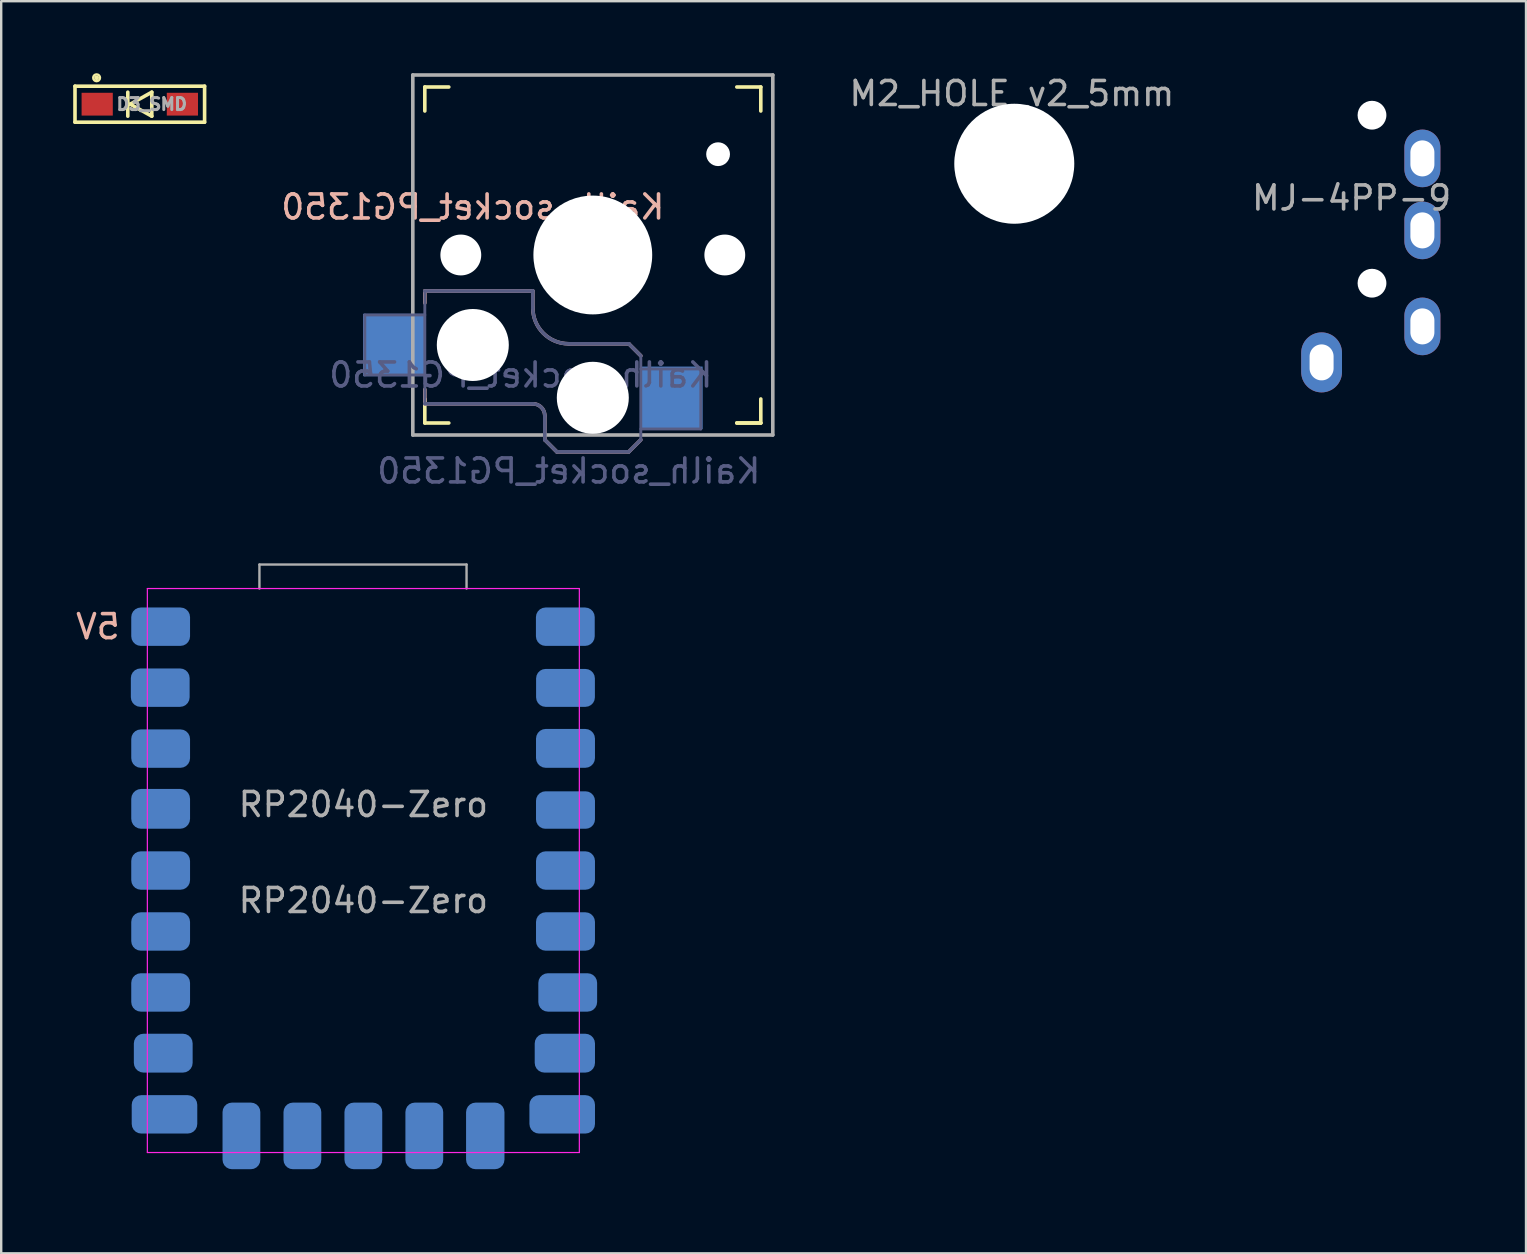
<source format=kicad_pcb>
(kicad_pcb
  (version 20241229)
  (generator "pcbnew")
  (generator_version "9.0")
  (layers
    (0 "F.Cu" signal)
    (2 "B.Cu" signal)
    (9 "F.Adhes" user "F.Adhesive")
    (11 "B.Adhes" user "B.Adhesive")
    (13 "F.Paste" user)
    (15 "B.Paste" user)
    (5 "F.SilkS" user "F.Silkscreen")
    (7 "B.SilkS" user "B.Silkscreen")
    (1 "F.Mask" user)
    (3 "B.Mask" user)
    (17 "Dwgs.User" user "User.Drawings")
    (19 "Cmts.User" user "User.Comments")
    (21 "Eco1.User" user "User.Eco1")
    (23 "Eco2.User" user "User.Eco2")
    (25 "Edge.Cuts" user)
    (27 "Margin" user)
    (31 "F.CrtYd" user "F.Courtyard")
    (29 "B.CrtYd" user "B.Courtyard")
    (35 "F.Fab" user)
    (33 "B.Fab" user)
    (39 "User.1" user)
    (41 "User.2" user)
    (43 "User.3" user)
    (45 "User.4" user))
  (footprint "D3_SMD"
    (layer "F.Cu")
    (at 2.775 1.291)
    (property "Reference" "D3_SMD" (at 0.5 0 0) (layer "F.Fab") (effects (font (size 0.5 0.5) (thickness 0.125))))
    (attr through_hole)
    (fp_line (start -2.7 -0.75) (end -2.7 0.75) (stroke (width 0.15) (type solid)) (layer "F.SilkS"))
    (fp_line (start -2.7 0.75) (end 2.7 0.75) (stroke (width 0.15) (type solid)) (layer "F.SilkS"))
    (fp_line (start -0.5 -0.5) (end -0.5 0.5) (stroke (width 0.15) (type solid)) (layer "F.SilkS"))
    (fp_line (start -0.4 0) (end 0.5 -0.5) (stroke (width 0.15) (type solid)) (layer "F.SilkS"))
    (fp_line (start 0.5 -0.5) (end 0.5 0.5) (stroke (width 0.15) (type solid)) (layer "F.SilkS"))
    (fp_line (start 0.5 0.5) (end -0.4 0) (stroke (width 0.15) (type solid)) (layer "F.SilkS"))
    (fp_line (start 2.7 -0.75) (end -2.7 -0.75) (stroke (width 0.15) (type solid)) (layer "F.SilkS"))
    (fp_line (start 2.7 -0.75) (end 2.7 0.75) (stroke (width 0.15) (type solid)) (layer "F.SilkS"))
    (fp_circle (center -1.8 -1.1) (end -1.8 -1.05) (stroke (width 0.1) (type default)) (fill no) (layer "F.SilkS"))
    (fp_circle (center -1.8 -1.1) (end -1.7 -1) (stroke (width 0.1) (type default)) (fill no) (layer "F.SilkS"))
    (pad "1" smd rect (at -1.775 0) (size 1.3 0.95) (layers "F.Cu" "F.Mask" "F.Paste"))
    (pad "2" smd rect (at 1.775 0) (size 1.3 0.95) (layers "F.Cu" "F.Mask" "F.Paste")))
  (footprint "Kailh_socket_PG1350"
    (layer "F.Cu")
    (at 21.651 7.575)
    (property "Reference" "Kailh_socket_PG1350" (at -5 -2 0) (layer "B.SilkS") (effects (font (size 1 1) (thickness 0.15)) (justify mirror)))
    (property "Value" "Kailh_socket_PG1350" (at 0 8.255 0) (layer "F.Fab") (hide yes) (effects (font (size 1 1) (thickness 0.15))))
    (attr smd)
    (fp_line (start -7 -6) (end -7 -7) (stroke (width 0.15) (type solid)) (layer "F.SilkS"))
    (fp_line (start -7 7) (end -7 6) (stroke (width 0.15) (type solid)) (layer "F.SilkS"))
    (fp_line (start -7 7) (end -6 7) (stroke (width 0.15) (type solid)) (layer "F.SilkS"))
    (fp_line (start -6 -7) (end -7 -7) (stroke (width 0.15) (type solid)) (layer "F.SilkS"))
    (fp_line (start 6 7) (end 7 7) (stroke (width 0.15) (type solid)) (layer "F.SilkS"))
    (fp_line (start 7 -7) (end 6 -7) (stroke (width 0.15) (type solid)) (layer "F.SilkS"))
    (fp_line (start 7 -7) (end 7 -6) (stroke (width 0.15) (type solid)) (layer "F.SilkS"))
    (fp_line (start 7 6) (end 7 7) (stroke (width 0.15) (type solid)) (layer "F.SilkS"))
    (fp_line (start 7 7) (end 6 7) (stroke (width 0.15) (type solid)) (layer "F.SilkS"))
    (fp_line (start -7 1.5) (end -7 2) (stroke (width 0.15) (type solid)) (layer "B.SilkS"))
    (fp_line (start -7 5.6) (end -7 6.2) (stroke (width 0.15) (type solid)) (layer "B.SilkS"))
    (fp_line (start -7 6.2) (end -2.5 6.2) (stroke (width 0.15) (type solid)) (layer "B.SilkS"))
    (fp_line (start -2.5 1.5) (end -7 1.5) (stroke (width 0.15) (type solid)) (layer "B.SilkS"))
    (fp_line (start -2.5 2.2) (end -2.5 1.5) (stroke (width 0.15) (type solid)) (layer "B.SilkS"))
    (fp_line (start -2 6.7) (end -2 7.7) (stroke (width 0.15) (type solid)) (layer "B.SilkS"))
    (fp_line (start -1.5 8.2) (end -2 7.7) (stroke (width 0.15) (type solid)) (layer "B.SilkS"))
    (fp_line (start 1.5 3.7) (end -1 3.7) (stroke (width 0.15) (type solid)) (layer "B.SilkS"))
    (fp_line (start 1.5 8.2) (end -1.5 8.2) (stroke (width 0.15) (type solid)) (layer "B.SilkS"))
    (fp_line (start 2 4.2) (end 1.5 3.7) (stroke (width 0.15) (type solid)) (layer "B.SilkS"))
    (fp_line (start 2 7.7) (end 1.5 8.2) (stroke (width 0.15) (type solid)) (layer "B.SilkS"))
    (fp_arc (start -2.5 6.2) (mid -2.146447 6.346447) (end -2 6.7) (stroke (width 0.15) (type solid)) (layer "B.SilkS"))
    (fp_arc (start -1 3.7) (mid -2.06066 3.26066) (end -2.5 2.2) (stroke (width 0.15) (type solid)) (layer "B.SilkS"))
    (fp_line (start -6.9 6.9) (end -6.9 -6.9) (stroke (width 0.15) (type solid)) (layer "Eco2.User"))
    (fp_line (start -6.9 6.9) (end 6.9 6.9) (stroke (width 0.15) (type solid)) (layer "Eco2.User"))
    (fp_line (start -2.6 -3.1) (end -2.6 -6.3) (stroke (width 0.15) (type solid)) (layer "Eco2.User"))
    (fp_line (start -2.6 -3.1) (end 2.6 -3.1) (stroke (width 0.15) (type solid)) (layer "Eco2.User"))
    (fp_line (start 2.6 -6.3) (end -2.6 -6.3) (stroke (width 0.15) (type solid)) (layer "Eco2.User"))
    (fp_line (start 2.6 -3.1) (end 2.6 -6.3) (stroke (width 0.15) (type solid)) (layer "Eco2.User"))
    (fp_line (start 6.9 -6.9) (end -6.9 -6.9) (stroke (width 0.15) (type solid)) (layer "Eco2.User"))
    (fp_line (start 6.9 -6.9) (end 6.9 6.9) (stroke (width 0.15) (type solid)) (layer "Eco2.User"))
    (fp_line (start -9.5 2.5) (end -7 2.5) (stroke (width 0.12) (type solid)) (layer "B.Fab"))
    (fp_line (start -9.5 5) (end -9.5 2.5) (stroke (width 0.12) (type solid)) (layer "B.Fab"))
    (fp_line (start -7 1.5) (end -7 6.2) (stroke (width 0.12) (type solid)) (layer "B.Fab"))
    (fp_line (start -7 5) (end -9.5 5) (stroke (width 0.12) (type solid)) (layer "B.Fab"))
    (fp_line (start -7 6.2) (end -2.5 6.2) (stroke (width 0.15) (type solid)) (layer "B.Fab"))
    (fp_line (start -2.5 1.5) (end -7 1.5) (stroke (width 0.15) (type solid)) (layer "B.Fab"))
    (fp_line (start -2.5 2.2) (end -2.5 1.5) (stroke (width 0.15) (type solid)) (layer "B.Fab"))
    (fp_line (start -2 6.7) (end -2 7.7) (stroke (width 0.15) (type solid)) (layer "B.Fab"))
    (fp_line (start -1.5 8.2) (end -2 7.7) (stroke (width 0.15) (type solid)) (layer "B.Fab"))
    (fp_line (start 1.5 3.7) (end -1 3.7) (stroke (width 0.15) (type solid)) (layer "B.Fab"))
    (fp_line (start 1.5 8.2) (end -1.5 8.2) (stroke (width 0.15) (type solid)) (layer "B.Fab"))
    (fp_line (start 2 4.2) (end 1.5 3.7) (stroke (width 0.15) (type solid)) (layer "B.Fab"))
    (fp_line (start 2 4.25) (end 2 7.7) (stroke (width 0.12) (type solid)) (layer "B.Fab"))
    (fp_line (start 2 4.75) (end 4.5 4.75) (stroke (width 0.12) (type solid)) (layer "B.Fab"))
    (fp_line (start 2 7.7) (end 1.5 8.2) (stroke (width 0.15) (type solid)) (layer "B.Fab"))
    (fp_line (start 4.5 4.75) (end 4.5 7.25) (stroke (width 0.12) (type solid)) (layer "B.Fab"))
    (fp_line (start 4.5 7.25) (end 2 7.25) (stroke (width 0.12) (type solid)) (layer "B.Fab"))
    (fp_arc (start -2.5 6.2) (mid -2.146447 6.346447) (end -2 6.7) (stroke (width 0.15) (type solid)) (layer "B.Fab"))
    (fp_arc (start -1 3.7) (mid -2.06066 3.26066) (end -2.5 2.2) (stroke (width 0.15) (type solid)) (layer "B.Fab"))
    (fp_line (start -7.5 -7.5) (end 7.5 -7.5) (stroke (width 0.15) (type solid)) (layer "F.Fab"))
    (fp_line (start -7.5 7.5) (end -7.5 -7.5) (stroke (width 0.15) (type solid)) (layer "F.Fab"))
    (fp_line (start 7.5 -7.5) (end 7.5 7.5) (stroke (width 0.15) (type solid)) (layer "F.Fab"))
    (fp_line (start 7.5 7.5) (end -7.5 7.5) (stroke (width 0.15) (type solid)) (layer "F.Fab"))
    (fp_text user "${VALUE}" (at -1 9 0) (layer "B.Fab") (effects (font (size 1 1) (thickness 0.15)) (justify mirror)))
    (fp_text user "${REFERENCE}" (at -3 5 0) (layer "B.Fab") (effects (font (size 1 1) (thickness 0.15)) (justify mirror)))
    (pad "" np_thru_hole circle (at -5.5 0) (size 1.702 1.702) (drill 1.702) (layers "*.Cu" "*.Mask"))
    (pad "" np_thru_hole circle (at -5 3.75) (size 3 3) (drill 3) (layers "*.Cu" "*.Mask"))
    (pad "" np_thru_hole circle (at 0 0) (size 4.95 4.95) (drill 4.95) (layers "*.Cu" "*.Mask"))
    (pad "" np_thru_hole circle (at 0 5.95) (size 3 3) (drill 3) (layers "*.Cu" "*.Mask"))
    (pad "" np_thru_hole circle (at 5.22 -4.2) (size 0.991 0.991) (drill 0.991) (layers "*.Cu" "*.Mask"))
    (pad "" np_thru_hole circle (at 5.5 0) (size 1.702 1.702) (drill 1.702) (layers "*.Cu" "*.Mask"))
    (pad "1" smd rect (at 3.275 5.95) (size 2.6 2.6) (layers "B.Cu" "B.Mask" "B.Paste"))
    (pad "2" smd rect (at -8.275 3.75) (size 2.6 2.6) (layers "B.Cu" "B.Mask" "B.Paste")))
  (footprint "RP2040-Zero"
    (layer "F.Cu")
    (at 1.93 45.923)
    (property "Reference" "RP2040-Zero" (at 10.16 -15.45 0) (unlocked yes) (layer "F.Fab") (effects (font (size 1 1) (thickness 0.15))))
    (attr through_hole)
    (fp_line (start 1.16 -24.45) (end 19.16 -24.45) (stroke (width 0.05) (type solid)) (layer "F.CrtYd"))
    (fp_line (start 1.16 -0.95) (end 1.16 -24.45) (stroke (width 0.05) (type solid)) (layer "F.CrtYd"))
    (fp_line (start 19.16 -24.45) (end 19.16 -0.95) (stroke (width 0.05) (type solid)) (layer "F.CrtYd"))
    (fp_line (start 19.16 -0.95) (end 1.16 -0.95) (stroke (width 0.05) (type solid)) (layer "F.CrtYd"))
    (fp_line (start 5.83 -25.45) (end 5.83 -24.45) (stroke (width 0.1) (type solid)) (layer "F.Fab"))
    (fp_line (start 5.83 -25.45) (end 14.46 -25.45) (stroke (width 0.1) (type solid)) (layer "F.Fab"))
    (fp_line (start 14.46 -25.45) (end 14.46 -24.45) (stroke (width 0.1) (type solid)) (layer "F.Fab"))
    (fp_text user "5V" (at -0.9 -22.86 0) (unlocked yes) (layer "B.SilkS") (effects (font (size 1 1) (thickness 0.15)) (justify mirror)))
    (fp_text user "${REFERENCE}" (at 10.16 -11.45 0) (unlocked yes) (layer "F.Fab") (effects (font (size 1 1) (thickness 0.15))))
    (pad "1" smd roundrect (at 17.8 -22.86) (size 2.45 1.6) (drill (offset 0.776 0)) (layers "B.Cu" "B.Mask" "B.Paste") (roundrect_rratio 0.25))
    (pad "2" smd roundrect (at 17.78 -20.32) (size 2.45 1.58) (drill (offset 0.803 0.01)) (layers "B.Cu" "B.Mask" "B.Paste") (roundrect_rratio 0.25))
    (pad "3" smd roundrect (at 17.78 -17.78) (size 2.457 1.62) (drill (offset 0.803 -0.01)) (layers "B.Cu" "B.Mask" "B.Paste") (roundrect_rratio 0.25))
    (pad "4" smd roundrect (at 17.78 -15.24) (size 2.457 1.56) (drill (offset 0.803 0.02)) (layers "B.Cu" "B.Mask" "B.Paste") (roundrect_rratio 0.25))
    (pad "5" smd roundrect (at 17.78 -12.7) (size 2.457 1.6) (drill (offset 0.803 0)) (layers "B.Cu" "B.Mask" "B.Paste") (roundrect_rratio 0.25))
    (pad "6" smd roundrect (at 17.78 -10.16) (size 2.457 1.6) (drill (offset 0.803 0)) (layers "B.Cu" "B.Mask" "B.Paste") (roundrect_rratio 0.25))
    (pad "7" smd roundrect (at 17.9 -7.62) (size 2.45 1.6) (drill (offset 0.776 0)) (layers "B.Cu" "B.Mask" "B.Paste") (roundrect_rratio 0.25))
    (pad "8" smd roundrect (at 17.78 -5.08) (size 2.512 1.62) (drill (offset 0.776 -0.01)) (layers "B.Cu" "B.Mask" "B.Paste") (roundrect_rratio 0.25))
    (pad "9" smd roundrect (at 17.78 -2.54) (size 2.732 1.6) (drill (offset 0.666 0)) (layers "B.Cu" "B.Mask" "B.Paste") (roundrect_rratio 0.25))
    (pad "10" smd roundrect (at 15.24 -2.33) (size 1.6 2.776) (drill (offset 0 0.688)) (layers "B.Cu" "B.Mask" "B.Paste") (roundrect_rratio 0.25))
    (pad "11" smd roundrect (at 12.7 -2.33) (size 1.575 2.776) (drill (offset 0 0.688)) (layers "B.Cu" "B.Mask" "B.Paste") (roundrect_rratio 0.25))
    (pad "12" smd roundrect (at 10.16 -2.33) (size 1.575 2.776) (drill (offset 0 0.688)) (layers "B.Cu" "B.Mask" "B.Paste") (roundrect_rratio 0.25))
    (pad "13" smd roundrect (at 7.62 -2.33) (size 1.575 2.776) (drill (offset 0 0.688)) (layers "B.Cu" "B.Mask" "B.Paste") (roundrect_rratio 0.25))
    (pad "14" smd roundrect (at 5.08 -2.33) (size 1.575 2.776) (drill (offset 0 0.688)) (layers "B.Cu" "B.Mask" "B.Paste") (roundrect_rratio 0.25))
    (pad "15" smd roundrect (at 2.54 -2.54) (size 2.732 1.6) (drill (offset -0.666 0)) (layers "B.Cu" "B.Mask" "B.Paste") (roundrect_rratio 0.25))
    (pad "16" smd roundrect (at 2.5 -5.08) (size 2.45 1.62) (drill (offset -0.678 -0.01)) (layers "B.Cu" "B.Mask" "B.Paste") (roundrect_rratio 0.25))
    (pad "17" smd roundrect (at 2.5 -7.62) (size 2.45 1.6) (drill (offset -0.786 0)) (layers "B.Cu" "B.Mask" "B.Paste") (roundrect_rratio 0.25))
    (pad "18" smd roundrect (at 2.5 -10.16) (size 2.45 1.6) (drill (offset -0.786 0)) (layers "B.Cu" "B.Mask" "B.Paste") (roundrect_rratio 0.25))
    (pad "19" smd roundrect (at 2.5 -12.7) (size 2.45 1.6) (drill (offset -0.786 0)) (layers "B.Cu" "B.Mask" "B.Paste") (roundrect_rratio 0.25))
    (pad "20" smd roundrect (at 2.5 -15.24) (size 2.45 1.66) (drill (offset -0.786 -0.03)) (layers "B.Cu" "B.Mask" "B.Paste") (roundrect_rratio 0.25))
    (pad "21" smd roundrect (at 2.5 -17.78) (size 2.45 1.6) (drill (offset -0.786 0)) (layers "B.Cu" "B.Mask" "B.Paste") (roundrect_rratio 0.25))
    (pad "22" smd roundrect (at 2.5 -20.32) (size 2.45 1.6) (drill (offset -0.803 0)) (layers "B.Cu" "B.Mask" "B.Paste") (roundrect_rratio 0.25))
    (pad "23" smd roundrect (at 2.5 -22.86) (size 2.45 1.6) (drill (offset -0.786 0)) (layers "B.Cu" "B.Mask" "B.Paste") (roundrect_rratio 0.25)))
  (footprint "MJ-4PP-9"
    (layer "F.Cu")
    (at 54.118 0.25)
    (property "Reference" "MJ-4PP-9" (at -0.85 4.95 0) (layer "F.Fab") (effects (font (size 1 1) (thickness 0.15))))
    (attr through_hole)
    (fp_line (start -3 0) (end 3 0) (stroke (width 0.15) (type solid)) (layer "User.3"))
    (fp_line (start -3 12) (end -3 0) (stroke (width 0.15) (type solid)) (layer "User.3"))
    (fp_line (start 3 0) (end 3 12) (stroke (width 0.15) (type solid)) (layer "User.3"))
    (fp_line (start 3 12) (end -3 12) (stroke (width 0.15) (type solid)) (layer "User.3"))
    (fp_text user "TRRS" (at -0.75 6.45 0) (layer "User.3") (effects (font (size 1 1) (thickness 0.15))))
    (pad "" smd oval (at -2.1 11.8) (size 2 2.8) (layers "B.Adhes"))
    (pad "" np_thru_hole circle (at 0 1.5) (size 1.2 1.2) (drill 1.2) (layers "*.Cu" "*.Mask"))
    (pad "" np_thru_hole circle (at 0 8.5) (size 1.2 1.2) (drill 1.2) (layers "*.Cu" "*.Mask"))
    (pad "" smd oval (at 2.1 3.3) (size 1.8 2.6) (layers "B.Adhes"))
    (pad "" smd oval (at 2.1 6.3) (size 1.8 2.6) (layers "B.Adhes"))
    (pad "" smd oval (at 2.1 10.3) (size 1.8 2.6) (layers "B.Adhes"))
    (pad "A" thru_hole oval (at -2.1 11.8) (size 1.7 2.5) (drill oval 1 1.5) (layers "*.Cu" "*.Mask"))
    (pad "B" thru_hole oval (at 2.1 3.3) (size 1.5 2.4) (drill oval 1 1.5) (layers "*.Cu" "*.Mask"))
    (pad "C" thru_hole oval (at 2.1 6.3) (size 1.5 2.4) (drill oval 1 1.5) (layers "*.Cu" "*.Mask"))
    (pad "D" thru_hole oval (at 2.1 10.3) (size 1.5 2.4) (drill oval 1 1.5) (layers "*.Cu" "*.Mask")))
  (footprint "M2_HOLE_v2_5mm"
    (layer "F.Cu")
    (at 39.213 3.773)
    (property "Reference" "M2_HOLE_v2_5mm" (at -0.1 -2.925 0) (layer "F.Fab") (effects (font (size 1 1) (thickness 0.15))))
    (attr exclude_from_pos_files exclude_from_bom)
    (pad "" np_thru_hole circle (at 0 0) (size 5 5) (drill 5) (layers "*.Cu" "*.Mask")))
  (gr_rect
    (start -3 -3)
    (end 60.536 49.173)
    (stroke (width 0.1) (type default))
    (fill no)
    (layer "Edge.Cuts")))
</source>
